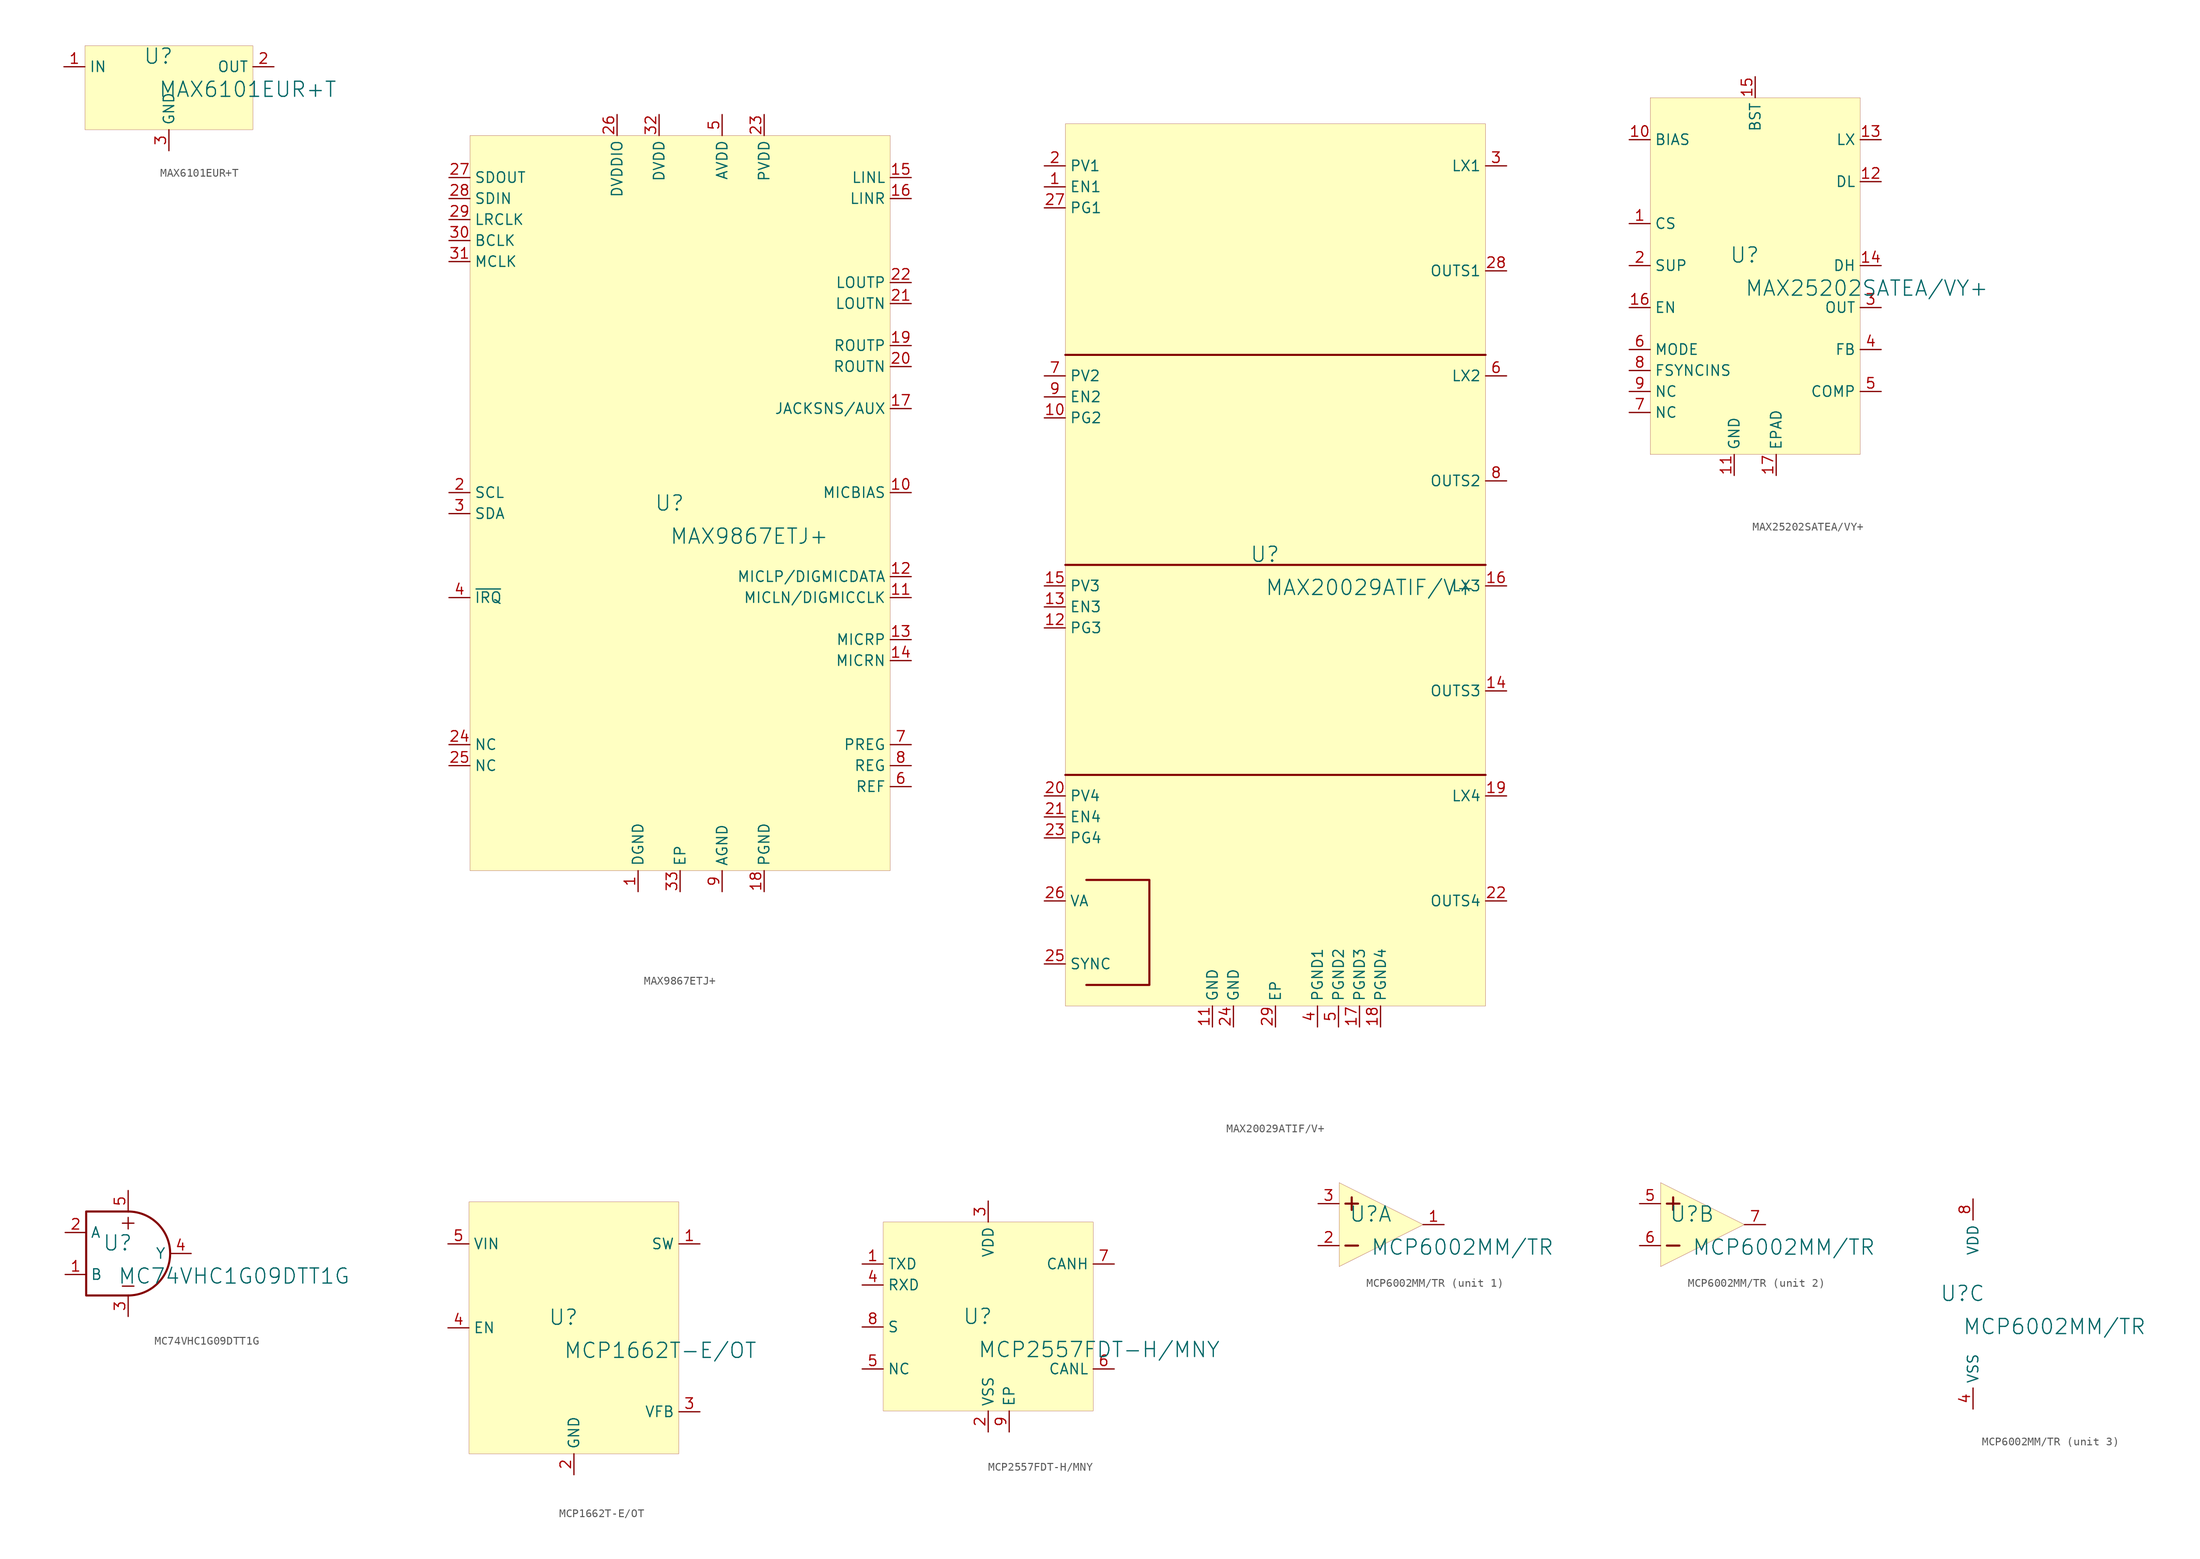
<source format=kicad_sym>
(kicad_symbol_lib
  (version 20231120)
  (generator "kicad_symbol_editor")
  (generator_version "8.0")
  (symbol "MAX6101EUR+T"
    (property "Reference" "U"
      (at -1.27 1.27 0)
      (effects (font (size 1.829 1.829))))
    (property "Value" "MAX6101EUR+T"
      (at -1.27 -3.81 0)
      (effects (font (size 1.829 1.829)) (justify left bottom)))
    (symbol "MAX6101EUR+T_1_0"
      (rectangle (start 10.16 2.54) (end -10.16 -7.62) (stroke (width 0.025) (type solid) (color 128 0 0 1)) (fill (type background)))
      (pin passive line (at -12.7 0 0) (length 2.54) (name "IN" (effects (font (size 1.27 1.27)))) (number "1" (effects (font (size 1.27 1.27)))))
      (pin passive line (at 12.7 0 180) (length 2.54) (name "OUT" (effects (font (size 1.27 1.27)))) (number "2" (effects (font (size 1.27 1.27)))))
      (pin passive line (at 0 -10.16 90) (length 2.54) (name "GND" (effects (font (size 1.27 1.27)))) (number "3" (effects (font (size 1.27 1.27)))))))
  (symbol "MAX9867ETJ+"
    (property "Reference" "U"
      (at -1.27 1.27 0)
      (effects (font (size 1.829 1.829))))
    (property "Value" "MAX9867ETJ+"
      (at -1.27 -3.81 0)
      (effects (font (size 1.829 1.829)) (justify left bottom)))
    (symbol "MAX9867ETJ+_1_0"
      (rectangle (start 25.4 45.72) (end -25.4 -43.18) (stroke (width 0.025) (type solid) (color 128 0 0 1)) (fill (type background)))
      (pin power_in line (at -5.08 -45.72 90) (length 2.54) (name "DGND" (effects (font (size 1.27 1.27)))) (number "1" (effects (font (size 1.27 1.27)))))
      (pin power_in line (at 27.94 2.54 180) (length 2.54) (name "MICBIAS" (effects (font (size 1.27 1.27)))) (number "10" (effects (font (size 1.27 1.27)))))
      (pin bidirectional line (at 27.94 -10.16 180) (length 2.54) (name "MICLN/DIGMICCLK" (effects (font (size 1.27 1.27)))) (number "11" (effects (font (size 1.27 1.27)))))
      (pin input line (at 27.94 -7.62 180) (length 2.54) (name "MICLP/DIGMICDATA" (effects (font (size 1.27 1.27)))) (number "12" (effects (font (size 1.27 1.27)))))
      (pin input line (at 27.94 -15.24 180) (length 2.54) (name "MICRP" (effects (font (size 1.27 1.27)))) (number "13" (effects (font (size 1.27 1.27)))))
      (pin input line (at 27.94 -17.78 180) (length 2.54) (name "MICRN" (effects (font (size 1.27 1.27)))) (number "14" (effects (font (size 1.27 1.27)))))
      (pin input line (at 27.94 40.64 180) (length 2.54) (name "LINL" (effects (font (size 1.27 1.27)))) (number "15" (effects (font (size 1.27 1.27)))))
      (pin input line (at 27.94 38.1 180) (length 2.54) (name "LINR" (effects (font (size 1.27 1.27)))) (number "16" (effects (font (size 1.27 1.27)))))
      (pin input line (at 27.94 12.7 180) (length 2.54) (name "JACKSNS/AUX" (effects (font (size 1.27 1.27)))) (number "17" (effects (font (size 1.27 1.27)))))
      (pin power_in line (at 10.16 -45.72 90) (length 2.54) (name "PGND" (effects (font (size 1.27 1.27)))) (number "18" (effects (font (size 1.27 1.27)))))
      (pin output line (at 27.94 20.32 180) (length 2.54) (name "ROUTP" (effects (font (size 1.27 1.27)))) (number "19" (effects (font (size 1.27 1.27)))))
      (pin input line (at -27.94 2.54 0) (length 2.54) (name "SCL" (effects (font (size 1.27 1.27)))) (number "2" (effects (font (size 1.27 1.27)))))
      (pin output line (at 27.94 17.78 180) (length 2.54) (name "ROUTN" (effects (font (size 1.27 1.27)))) (number "20" (effects (font (size 1.27 1.27)))))
      (pin output line (at 27.94 25.4 180) (length 2.54) (name "LOUTN" (effects (font (size 1.27 1.27)))) (number "21" (effects (font (size 1.27 1.27)))))
      (pin output line (at 27.94 27.94 180) (length 2.54) (name "LOUTP" (effects (font (size 1.27 1.27)))) (number "22" (effects (font (size 1.27 1.27)))))
      (pin power_in line (at 10.16 48.26 270) (length 2.54) (name "PVDD" (effects (font (size 1.27 1.27)))) (number "23" (effects (font (size 1.27 1.27)))))
      (pin passive line (at -27.94 -27.94 0) (length 2.54) (name "NC" (effects (font (size 1.27 1.27)))) (number "24" (effects (font (size 1.27 1.27)))))
      (pin passive line (at -27.94 -30.48 0) (length 2.54) (name "NC" (effects (font (size 1.27 1.27)))) (number "25" (effects (font (size 1.27 1.27)))))
      (pin power_in line (at -7.62 48.26 270) (length 2.54) (name "DVDDIO" (effects (font (size 1.27 1.27)))) (number "26" (effects (font (size 1.27 1.27)))))
      (pin output line (at -27.94 40.64 0) (length 2.54) (name "SDOUT" (effects (font (size 1.27 1.27)))) (number "27" (effects (font (size 1.27 1.27)))))
      (pin input line (at -27.94 38.1 0) (length 2.54) (name "SDIN" (effects (font (size 1.27 1.27)))) (number "28" (effects (font (size 1.27 1.27)))))
      (pin bidirectional line (at -27.94 35.56 0) (length 2.54) (name "LRCLK" (effects (font (size 1.27 1.27)))) (number "29" (effects (font (size 1.27 1.27)))))
      (pin bidirectional line (at -27.94 0 0) (length 2.54) (name "SDA" (effects (font (size 1.27 1.27)))) (number "3" (effects (font (size 1.27 1.27)))))
      (pin bidirectional line (at -27.94 33.02 0) (length 2.54) (name "BCLK" (effects (font (size 1.27 1.27)))) (number "30" (effects (font (size 1.27 1.27)))))
      (pin input line (at -27.94 30.48 0) (length 2.54) (name "MCLK" (effects (font (size 1.27 1.27)))) (number "31" (effects (font (size 1.27 1.27)))))
      (pin power_in line (at -2.54 48.26 270) (length 2.54) (name "DVDD" (effects (font (size 1.27 1.27)))) (number "32" (effects (font (size 1.27 1.27)))))
      (pin power_in line (at 0 -45.72 90) (length 2.54) (name "EP" (effects (font (size 1.27 1.27)))) (number "33" (effects (font (size 1.27 1.27)))))
      (pin open_collector line (at -27.94 -10.16 0) (length 2.54) (name "~{IRQ}" (effects (font (size 1.27 1.27)))) (number "4" (effects (font (size 1.27 1.27)))))
      (pin power_in line (at 5.08 48.26 270) (length 2.54) (name "AVDD" (effects (font (size 1.27 1.27)))) (number "5" (effects (font (size 1.27 1.27)))))
      (pin power_in line (at 27.94 -33.02 180) (length 2.54) (name "REF" (effects (font (size 1.27 1.27)))) (number "6" (effects (font (size 1.27 1.27)))))
      (pin power_in line (at 27.94 -27.94 180) (length 2.54) (name "PREG" (effects (font (size 1.27 1.27)))) (number "7" (effects (font (size 1.27 1.27)))))
      (pin power_in line (at 27.94 -30.48 180) (length 2.54) (name "REG" (effects (font (size 1.27 1.27)))) (number "8" (effects (font (size 1.27 1.27)))))
      (pin power_in line (at 5.08 -45.72 90) (length 2.54) (name "AGND" (effects (font (size 1.27 1.27)))) (number "9" (effects (font (size 1.27 1.27)))))))
  (symbol "MAX20029ATIF/V+"
    (property "Reference" "U"
      (at -1.27 1.27 0)
      (effects (font (size 1.829 1.829))))
    (property "Value" "MAX20029ATIF/V+"
      (at -1.27 -3.81 0)
      (effects (font (size 1.829 1.829)) (justify left bottom)))
    (symbol "MAX20029ATIF/V+_1_0"
      (polyline (pts (xy -25.4 -25.4) (xy 25.4 -25.4)) (stroke (width 0.254) (type solid)) (fill (type none)))
      (polyline (pts (xy -25.4 0) (xy 25.4 0)) (stroke (width 0.254) (type solid)) (fill (type none)))
      (polyline (pts (xy -25.4 25.4) (xy 25.4 25.4)) (stroke (width 0.254) (type solid)) (fill (type none)))
      (polyline (pts (xy -22.86 -38.1) (xy -15.24 -38.1) (xy -15.24 -50.8) (xy -22.86 -50.8)) (stroke (width 0.254) (type solid)) (fill (type none)))
      (rectangle (start 25.4 53.34) (end -25.4 -53.34) (stroke (width 0.025) (type solid) (color 128 0 0 1)) (fill (type background)))
      (pin passive line (at -27.94 45.72 0) (length 2.54) (name "EN1" (effects (font (size 1.27 1.27)))) (number "1" (effects (font (size 1.27 1.27)))))
      (pin passive line (at -27.94 17.78 0) (length 2.54) (name "PG2" (effects (font (size 1.27 1.27)))) (number "10" (effects (font (size 1.27 1.27)))))
      (pin passive line (at -7.62 -55.88 90) (length 2.54) (name "GND" (effects (font (size 1.27 1.27)))) (number "11" (effects (font (size 1.27 1.27)))))
      (pin passive line (at -27.94 -7.62 0) (length 2.54) (name "PG3" (effects (font (size 1.27 1.27)))) (number "12" (effects (font (size 1.27 1.27)))))
      (pin passive line (at -27.94 -5.08 0) (length 2.54) (name "EN3" (effects (font (size 1.27 1.27)))) (number "13" (effects (font (size 1.27 1.27)))))
      (pin passive line (at 27.94 -15.24 180) (length 2.54) (name "OUTS3" (effects (font (size 1.27 1.27)))) (number "14" (effects (font (size 1.27 1.27)))))
      (pin passive line (at -27.94 -2.54 0) (length 2.54) (name "PV3" (effects (font (size 1.27 1.27)))) (number "15" (effects (font (size 1.27 1.27)))))
      (pin passive line (at 27.94 -2.54 180) (length 2.54) (name "LX3" (effects (font (size 1.27 1.27)))) (number "16" (effects (font (size 1.27 1.27)))))
      (pin passive line (at 10.16 -55.88 90) (length 2.54) (name "PGND3" (effects (font (size 1.27 1.27)))) (number "17" (effects (font (size 1.27 1.27)))))
      (pin passive line (at 12.7 -55.88 90) (length 2.54) (name "PGND4" (effects (font (size 1.27 1.27)))) (number "18" (effects (font (size 1.27 1.27)))))
      (pin passive line (at 27.94 -27.94 180) (length 2.54) (name "LX4" (effects (font (size 1.27 1.27)))) (number "19" (effects (font (size 1.27 1.27)))))
      (pin passive line (at -27.94 48.26 0) (length 2.54) (name "PV1" (effects (font (size 1.27 1.27)))) (number "2" (effects (font (size 1.27 1.27)))))
      (pin passive line (at -27.94 -27.94 0) (length 2.54) (name "PV4" (effects (font (size 1.27 1.27)))) (number "20" (effects (font (size 1.27 1.27)))))
      (pin passive line (at -27.94 -30.48 0) (length 2.54) (name "EN4" (effects (font (size 1.27 1.27)))) (number "21" (effects (font (size 1.27 1.27)))))
      (pin passive line (at 27.94 -40.64 180) (length 2.54) (name "OUTS4" (effects (font (size 1.27 1.27)))) (number "22" (effects (font (size 1.27 1.27)))))
      (pin passive line (at -27.94 -33.02 0) (length 2.54) (name "PG4" (effects (font (size 1.27 1.27)))) (number "23" (effects (font (size 1.27 1.27)))))
      (pin passive line (at -5.08 -55.88 90) (length 2.54) (name "GND" (effects (font (size 1.27 1.27)))) (number "24" (effects (font (size 1.27 1.27)))))
      (pin passive line (at -27.94 -48.26 0) (length 2.54) (name "SYNC" (effects (font (size 1.27 1.27)))) (number "25" (effects (font (size 1.27 1.27)))))
      (pin passive line (at -27.94 -40.64 0) (length 2.54) (name "VA" (effects (font (size 1.27 1.27)))) (number "26" (effects (font (size 1.27 1.27)))))
      (pin passive line (at -27.94 43.18 0) (length 2.54) (name "PG1" (effects (font (size 1.27 1.27)))) (number "27" (effects (font (size 1.27 1.27)))))
      (pin passive line (at 27.94 35.56 180) (length 2.54) (name "OUTS1" (effects (font (size 1.27 1.27)))) (number "28" (effects (font (size 1.27 1.27)))))
      (pin passive line (at 0 -55.88 90) (length 2.54) (name "EP" (effects (font (size 1.27 1.27)))) (number "29" (effects (font (size 1.27 1.27)))))
      (pin passive line (at 27.94 48.26 180) (length 2.54) (name "LX1" (effects (font (size 1.27 1.27)))) (number "3" (effects (font (size 1.27 1.27)))))
      (pin passive line (at 5.08 -55.88 90) (length 2.54) (name "PGND1" (effects (font (size 1.27 1.27)))) (number "4" (effects (font (size 1.27 1.27)))))
      (pin passive line (at 7.62 -55.88 90) (length 2.54) (name "PGND2" (effects (font (size 1.27 1.27)))) (number "5" (effects (font (size 1.27 1.27)))))
      (pin passive line (at 27.94 22.86 180) (length 2.54) (name "LX2" (effects (font (size 1.27 1.27)))) (number "6" (effects (font (size 1.27 1.27)))))
      (pin passive line (at -27.94 22.86 0) (length 2.54) (name "PV2" (effects (font (size 1.27 1.27)))) (number "7" (effects (font (size 1.27 1.27)))))
      (pin passive line (at 27.94 10.16 180) (length 2.54) (name "OUTS2" (effects (font (size 1.27 1.27)))) (number "8" (effects (font (size 1.27 1.27)))))
      (pin passive line (at -27.94 20.32 0) (length 2.54) (name "EN2" (effects (font (size 1.27 1.27)))) (number "9" (effects (font (size 1.27 1.27)))))))
  (symbol "MAX25202SATEA/VY+"
    (property "Reference" "U"
      (at -1.27 1.27 0)
      (effects (font (size 1.829 1.829))))
    (property "Value" "MAX25202SATEA/VY+"
      (at -1.27 -3.81 0)
      (effects (font (size 1.829 1.829)) (justify left bottom)))
    (symbol "MAX25202SATEA/VY+_1_0"
      (rectangle (start 12.7 20.32) (end -12.7 -22.86) (stroke (width 0.025) (type solid) (color 128 0 0 1)) (fill (type background)))
      (pin power_in line (at -15.24 5.08 0) (length 2.54) (name "CS" (effects (font (size 1.27 1.27)))) (number "1" (effects (font (size 1.27 1.27)))))
      (pin power_in line (at -15.24 15.24 0) (length 2.54) (name "BIAS" (effects (font (size 1.27 1.27)))) (number "10" (effects (font (size 1.27 1.27)))))
      (pin power_in line (at -2.54 -25.4 90) (length 2.54) (name "GND" (effects (font (size 1.27 1.27)))) (number "11" (effects (font (size 1.27 1.27)))))
      (pin output line (at 15.24 10.16 180) (length 2.54) (name "DL" (effects (font (size 1.27 1.27)))) (number "12" (effects (font (size 1.27 1.27)))))
      (pin power_in line (at 15.24 15.24 180) (length 2.54) (name "LX" (effects (font (size 1.27 1.27)))) (number "13" (effects (font (size 1.27 1.27)))))
      (pin output line (at 15.24 0 180) (length 2.54) (name "DH" (effects (font (size 1.27 1.27)))) (number "14" (effects (font (size 1.27 1.27)))))
      (pin power_in line (at 0 22.86 270) (length 2.54) (name "BST" (effects (font (size 1.27 1.27)))) (number "15" (effects (font (size 1.27 1.27)))))
      (pin input line (at -15.24 -5.08 0) (length 2.54) (name "EN" (effects (font (size 1.27 1.27)))) (number "16" (effects (font (size 1.27 1.27)))))
      (pin power_in line (at 2.54 -25.4 90) (length 2.54) (name "EPAD" (effects (font (size 1.27 1.27)))) (number "17" (effects (font (size 1.27 1.27)))))
      (pin power_in line (at -15.24 0 0) (length 2.54) (name "SUP" (effects (font (size 1.27 1.27)))) (number "2" (effects (font (size 1.27 1.27)))))
      (pin power_in line (at 15.24 -5.08 180) (length 2.54) (name "OUT" (effects (font (size 1.27 1.27)))) (number "3" (effects (font (size 1.27 1.27)))))
      (pin input line (at 15.24 -10.16 180) (length 2.54) (name "FB" (effects (font (size 1.27 1.27)))) (number "4" (effects (font (size 1.27 1.27)))))
      (pin output line (at 15.24 -15.24 180) (length 2.54) (name "COMP" (effects (font (size 1.27 1.27)))) (number "5" (effects (font (size 1.27 1.27)))))
      (pin input line (at -15.24 -10.16 0) (length 2.54) (name "MODE" (effects (font (size 1.27 1.27)))) (number "6" (effects (font (size 1.27 1.27)))))
      (pin passive line (at -15.24 -17.78 0) (length 2.54) (name "NC" (effects (font (size 1.27 1.27)))) (number "7" (effects (font (size 1.27 1.27)))))
      (pin input line (at -15.24 -12.7 0) (length 2.54) (name "FSYNCINS" (effects (font (size 1.27 1.27)))) (number "8" (effects (font (size 1.27 1.27)))))
      (pin passive line (at -15.24 -15.24 0) (length 2.54) (name "NC" (effects (font (size 1.27 1.27)))) (number "9" (effects (font (size 1.27 1.27)))))))
  (symbol "MC74VHC1G09DTT1G"
    (property "Reference" "U"
      (at -1.27 1.27 0)
      (effects (font (size 1.829 1.829))))
    (property "Value" "MC74VHC1G09DTT1G"
      (at -1.27 -3.81 0)
      (effects (font (size 1.829 1.829)) (justify left bottom)))
    (symbol "MC74VHC1G09DTT1G_1_0"
      (arc (start 0 -5.08) (mid 5.08 0) (end 0 5.08) (stroke (width 0.254) (type solid)) (fill (type none)))
      (polyline (pts (xy 0 5.08) (xy -5.08 5.08) (xy -5.08 -5.08) (xy 0 -5.08)) (stroke (width 0.254) (type solid)) (fill (type none)))
      (text "+" (at 0 3.81 0) (effects (font (size 1.829 1.829))))
      (text "-" (at 0 -3.81 0) (effects (font (size 1.829 1.829))))
      (pin input line (at -7.62 -2.54 0) (length 2.54) (name "B" (effects (font (size 1.27 1.27)))) (number "1" (effects (font (size 1.27 1.27)))))
      (pin input line (at -7.62 2.54 0) (length 2.54) (name "A" (effects (font (size 1.27 1.27)))) (number "2" (effects (font (size 1.27 1.27)))))
      (pin power_in line (at 0 -7.62 90) (length 2.54) (name "GND" (effects (font (size 0 0)))) (number "3" (effects (font (size 1.27 1.27)))))
      (pin output line (at 7.62 0 180) (length 2.54) (name "Y" (effects (font (size 1.27 1.27)))) (number "4" (effects (font (size 1.27 1.27)))))
      (pin power_in line (at 0 7.62 270) (length 2.54) (name "VCC" (effects (font (size 0 0)))) (number "5" (effects (font (size 1.27 1.27)))))))
  (symbol "MCP1662T-E/OT"
    (property "Reference" "U"
      (at -1.27 1.27 0)
      (effects (font (size 1.829 1.829))))
    (property "Value" "MCP1662T-E/OT"
      (at -1.27 -3.81 0)
      (effects (font (size 1.829 1.829)) (justify left bottom)))
    (symbol "MCP1662T-E/OT_1_0"
      (rectangle (start 12.7 15.24) (end -12.7 -15.24) (stroke (width 0.025) (type solid) (color 128 0 0 1)) (fill (type background)))
      (pin power_in line (at 15.24 10.16 180) (length 2.54) (name "SW" (effects (font (size 1.27 1.27)))) (number "1" (effects (font (size 1.27 1.27)))))
      (pin power_in line (at 0 -17.78 90) (length 2.54) (name "GND" (effects (font (size 1.27 1.27)))) (number "2" (effects (font (size 1.27 1.27)))))
      (pin input line (at 15.24 -10.16 180) (length 2.54) (name "VFB" (effects (font (size 1.27 1.27)))) (number "3" (effects (font (size 1.27 1.27)))))
      (pin input line (at -15.24 0 0) (length 2.54) (name "EN" (effects (font (size 1.27 1.27)))) (number "4" (effects (font (size 1.27 1.27)))))
      (pin power_in line (at -15.24 10.16 0) (length 2.54) (name "VIN" (effects (font (size 1.27 1.27)))) (number "5" (effects (font (size 1.27 1.27)))))))
  (symbol "MCP2557FDT-H/MNY"
    (property "Reference" "U"
      (at -1.27 1.27 0)
      (effects (font (size 1.829 1.829))))
    (property "Value" "MCP2557FDT-H/MNY"
      (at -1.27 -3.81 0)
      (effects (font (size 1.829 1.829)) (justify left bottom)))
    (symbol "MCP2557FDT-H/MNY_1_0"
      (rectangle (start 12.7 12.7) (end -12.7 -10.16) (stroke (width 0.025) (type solid) (color 128 0 0 1)) (fill (type background)))
      (pin input line (at -15.24 7.62 0) (length 2.54) (name "TXD" (effects (font (size 1.27 1.27)))) (number "1" (effects (font (size 1.27 1.27)))))
      (pin power_in line (at 0 -12.7 90) (length 2.54) (name "VSS" (effects (font (size 1.27 1.27)))) (number "2" (effects (font (size 1.27 1.27)))))
      (pin power_in line (at 0 15.24 270) (length 2.54) (name "VDD" (effects (font (size 1.27 1.27)))) (number "3" (effects (font (size 1.27 1.27)))))
      (pin output line (at -15.24 5.08 0) (length 2.54) (name "RXD" (effects (font (size 1.27 1.27)))) (number "4" (effects (font (size 1.27 1.27)))))
      (pin passive line (at -15.24 -5.08 0) (length 2.54) (name "NC" (effects (font (size 1.27 1.27)))) (number "5" (effects (font (size 1.27 1.27)))))
      (pin bidirectional line (at 15.24 -5.08 180) (length 2.54) (name "CANL" (effects (font (size 1.27 1.27)))) (number "6" (effects (font (size 1.27 1.27)))))
      (pin bidirectional line (at 15.24 7.62 180) (length 2.54) (name "CANH" (effects (font (size 1.27 1.27)))) (number "7" (effects (font (size 1.27 1.27)))))
      (pin input line (at -15.24 0 0) (length 2.54) (name "S" (effects (font (size 1.27 1.27)))) (number "8" (effects (font (size 1.27 1.27)))))
      (pin power_in line (at 2.54 -12.7 90) (length 2.54) (name "EP" (effects (font (size 1.27 1.27)))) (number "9" (effects (font (size 1.27 1.27)))))))
  (symbol "MCP6002MM/TR"
    (property "Reference" "U"
      (at -1.27 1.27 0)
      (effects (font (size 1.829 1.829))))
    (property "Value" "MCP6002MM/TR"
      (at -1.27 -3.81 0)
      (effects (font (size 1.829 1.829)) (justify left bottom)))
    (symbol "MCP6002MM/TR_1_0"
      (polyline (pts (xy -4.318 -2.54) (xy -2.794 -2.54)) (stroke (width 0.254) (type solid)) (fill (type none)))
      (polyline (pts (xy -4.318 2.54) (xy -2.794 2.54)) (stroke (width 0.254) (type solid)) (fill (type none)))
      (polyline (pts (xy -3.556 1.778) (xy -3.556 3.302)) (stroke (width 0.254) (type solid)) (fill (type none)))
      (polyline (pts (xy 5.08 0) (xy -5.08 5.08) (xy -5.08 -5.08) (xy 5.08 0) (xy 5.08 0)) (stroke (width 0.025) (type solid)) (fill (type background)))
      (pin output line (at 7.62 0 180) (length 2.54) (name "1OUT" (effects (font (size 0 0)))) (number "1" (effects (font (size 1.27 1.27)))))
      (pin input line (at -7.62 -2.54 0) (length 2.54) (name "1IN-" (effects (font (size 0 0)))) (number "2" (effects (font (size 1.27 1.27)))))
      (pin input line (at -7.62 2.54 0) (length 2.54) (name "1IN+" (effects (font (size 0 0)))) (number "3" (effects (font (size 1.27 1.27))))))
    (symbol "MCP6002MM/TR_2_0"
      (polyline (pts (xy -4.318 -2.54) (xy -2.794 -2.54)) (stroke (width 0.254) (type solid)) (fill (type none)))
      (polyline (pts (xy -4.318 2.54) (xy -2.794 2.54)) (stroke (width 0.254) (type solid)) (fill (type none)))
      (polyline (pts (xy -3.556 1.778) (xy -3.556 3.302)) (stroke (width 0.254) (type solid)) (fill (type none)))
      (polyline (pts (xy 5.08 0) (xy -5.08 5.08) (xy -5.08 -5.08) (xy 5.08 0) (xy 5.08 0)) (stroke (width 0.025) (type solid)) (fill (type background)))
      (pin input line (at -7.62 2.54 0) (length 2.54) (name "2IN+" (effects (font (size 0 0)))) (number "5" (effects (font (size 1.27 1.27)))))
      (pin input line (at -7.62 -2.54 0) (length 2.54) (name "2IN-" (effects (font (size 0 0)))) (number "6" (effects (font (size 1.27 1.27)))))
      (pin output line (at 7.62 0 180) (length 2.54) (name "2OUT" (effects (font (size 0 0)))) (number "7" (effects (font (size 1.27 1.27))))))
    (symbol "MCP6002MM/TR_3_0"
      (pin passive line (at 0 -12.7 90) (length 2.54) (name "VSS" (effects (font (size 1.27 1.27)))) (number "4" (effects (font (size 1.27 1.27)))))
      (pin passive line (at 0 12.7 270) (length 2.54) (name "VDD" (effects (font (size 1.27 1.27)))) (number "8" (effects (font (size 1.27 1.27))))))))
</source>
